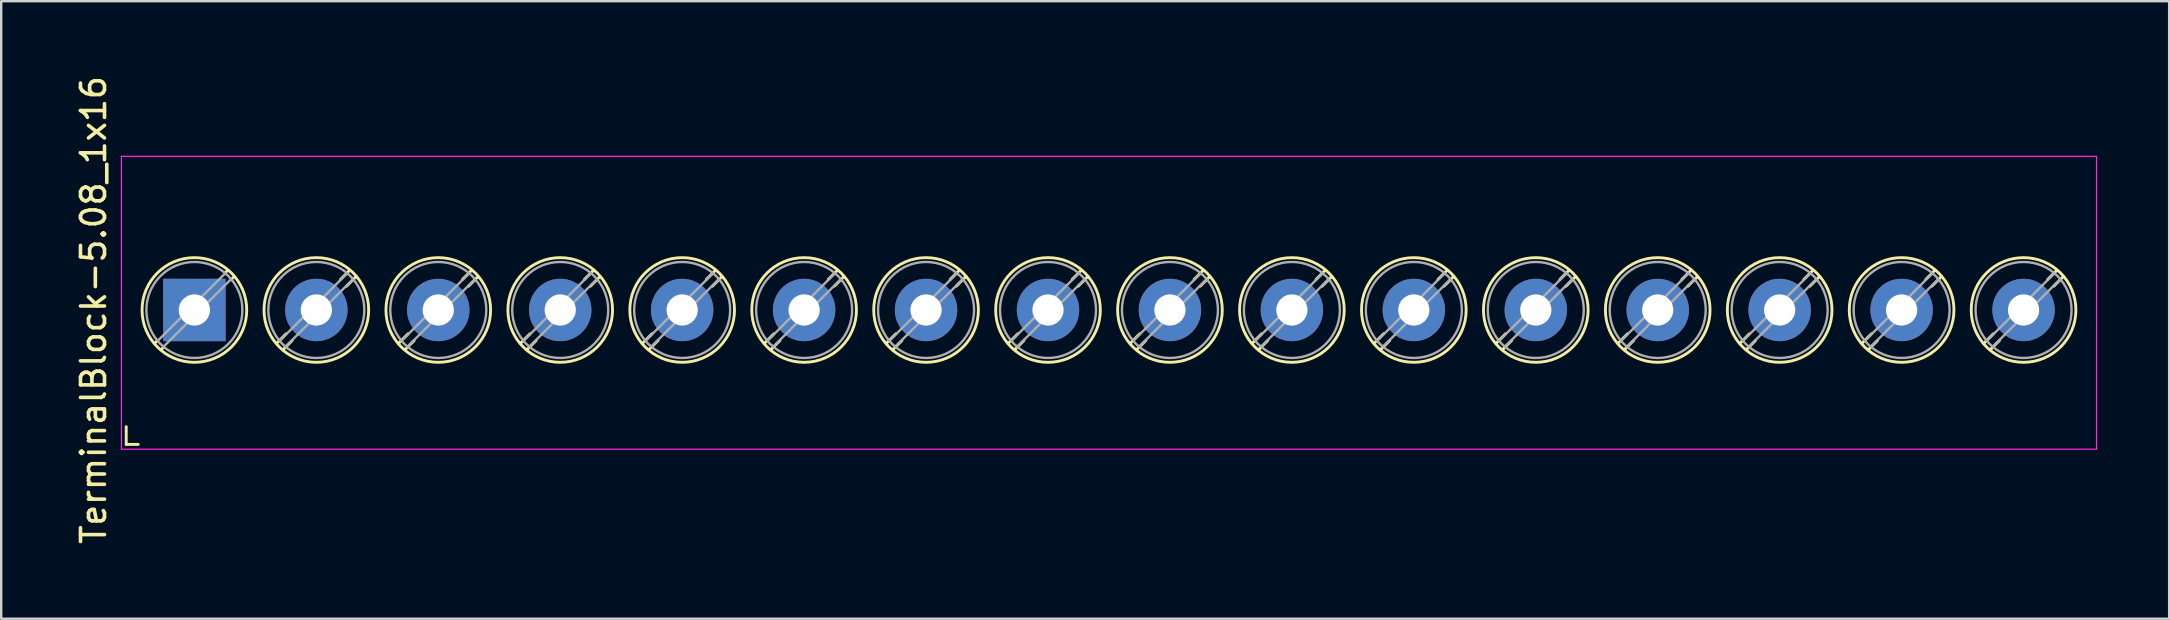
<source format=kicad_pcb>
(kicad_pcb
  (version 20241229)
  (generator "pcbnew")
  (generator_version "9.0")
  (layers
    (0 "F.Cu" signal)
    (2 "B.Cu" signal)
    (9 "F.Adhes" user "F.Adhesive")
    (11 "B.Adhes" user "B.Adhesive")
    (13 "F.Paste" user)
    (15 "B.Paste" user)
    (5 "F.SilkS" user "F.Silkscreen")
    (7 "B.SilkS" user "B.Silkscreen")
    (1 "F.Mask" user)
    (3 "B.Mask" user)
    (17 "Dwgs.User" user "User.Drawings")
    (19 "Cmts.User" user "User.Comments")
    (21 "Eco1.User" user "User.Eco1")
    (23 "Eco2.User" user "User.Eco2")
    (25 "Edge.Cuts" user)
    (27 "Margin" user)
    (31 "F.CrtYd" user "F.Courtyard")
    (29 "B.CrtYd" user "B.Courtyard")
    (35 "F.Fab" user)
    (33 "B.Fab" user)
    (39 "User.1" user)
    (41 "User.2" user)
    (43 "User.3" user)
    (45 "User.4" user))
  (footprint "TerminalBlock-5.08_1x16"
    (layer "F.Cu")
    (at 5.048 9.863)
    (property "Reference" "TerminalBlock-5.08_1x16" (at -4.2 0 90) (layer "F.SilkS") (effects (font (size 1 1) (thickness 0.15))))
    (attr through_hole)
    (fp_line (start -2.84 4.86) (end -2.84 5.6) (stroke (width 0.12) (type solid)) (layer "F.SilkS"))
    (fp_line (start -2.84 5.6) (end -2.34 5.6) (stroke (width 0.12) (type solid)) (layer "F.SilkS"))
    (fp_line (start -1.548 1.281) (end -1.654 1.388) (stroke (width 0.12) (type solid)) (layer "F.SilkS"))
    (fp_line (start -1.282 1.547) (end -1.388 1.654) (stroke (width 0.12) (type solid)) (layer "F.SilkS"))
    (fp_line (start 1.388 -1.654) (end 1.281 -1.547) (stroke (width 0.12) (type solid)) (layer "F.SilkS"))
    (fp_line (start 1.654 -1.388) (end 1.547 -1.281) (stroke (width 0.12) (type solid)) (layer "F.SilkS"))
    (fp_line (start 3.822 0.992) (end 3.427 1.388) (stroke (width 0.12) (type solid)) (layer "F.SilkS"))
    (fp_line (start 4.073 1.274) (end 3.693 1.654) (stroke (width 0.12) (type solid)) (layer "F.SilkS"))
    (fp_line (start 6.468 -1.654) (end 6.088 -1.274) (stroke (width 0.12) (type solid)) (layer "F.SilkS"))
    (fp_line (start 6.734 -1.388) (end 6.339 -0.992) (stroke (width 0.12) (type solid)) (layer "F.SilkS"))
    (fp_line (start 8.902 0.992) (end 8.507 1.388) (stroke (width 0.12) (type solid)) (layer "F.SilkS"))
    (fp_line (start 9.153 1.274) (end 8.773 1.654) (stroke (width 0.12) (type solid)) (layer "F.SilkS"))
    (fp_line (start 11.548 -1.654) (end 11.168 -1.274) (stroke (width 0.12) (type solid)) (layer "F.SilkS"))
    (fp_line (start 11.814 -1.388) (end 11.419 -0.992) (stroke (width 0.12) (type solid)) (layer "F.SilkS"))
    (fp_line (start 13.982 0.992) (end 13.587 1.388) (stroke (width 0.12) (type solid)) (layer "F.SilkS"))
    (fp_line (start 14.233 1.274) (end 13.853 1.654) (stroke (width 0.12) (type solid)) (layer "F.SilkS"))
    (fp_line (start 16.628 -1.654) (end 16.248 -1.274) (stroke (width 0.12) (type solid)) (layer "F.SilkS"))
    (fp_line (start 16.894 -1.388) (end 16.499 -0.992) (stroke (width 0.12) (type solid)) (layer "F.SilkS"))
    (fp_line (start 19.062 0.992) (end 18.667 1.388) (stroke (width 0.12) (type solid)) (layer "F.SilkS"))
    (fp_line (start 19.313 1.274) (end 18.933 1.654) (stroke (width 0.12) (type solid)) (layer "F.SilkS"))
    (fp_line (start 21.708 -1.654) (end 21.328 -1.274) (stroke (width 0.12) (type solid)) (layer "F.SilkS"))
    (fp_line (start 21.974 -1.388) (end 21.579 -0.992) (stroke (width 0.12) (type solid)) (layer "F.SilkS"))
    (fp_line (start 24.142 0.992) (end 23.747 1.388) (stroke (width 0.12) (type solid)) (layer "F.SilkS"))
    (fp_line (start 24.393 1.274) (end 24.013 1.654) (stroke (width 0.12) (type solid)) (layer "F.SilkS"))
    (fp_line (start 26.788 -1.654) (end 26.408 -1.274) (stroke (width 0.12) (type solid)) (layer "F.SilkS"))
    (fp_line (start 27.054 -1.388) (end 26.659 -0.992) (stroke (width 0.12) (type solid)) (layer "F.SilkS"))
    (fp_line (start 29.222 0.992) (end 28.827 1.388) (stroke (width 0.12) (type solid)) (layer "F.SilkS"))
    (fp_line (start 29.473 1.274) (end 29.093 1.654) (stroke (width 0.12) (type solid)) (layer "F.SilkS"))
    (fp_line (start 31.868 -1.654) (end 31.488 -1.274) (stroke (width 0.12) (type solid)) (layer "F.SilkS"))
    (fp_line (start 32.134 -1.388) (end 31.739 -0.992) (stroke (width 0.12) (type solid)) (layer "F.SilkS"))
    (fp_line (start 34.302 0.992) (end 33.907 1.388) (stroke (width 0.12) (type solid)) (layer "F.SilkS"))
    (fp_line (start 34.553 1.274) (end 34.173 1.654) (stroke (width 0.12) (type solid)) (layer "F.SilkS"))
    (fp_line (start 36.948 -1.654) (end 36.568 -1.274) (stroke (width 0.12) (type solid)) (layer "F.SilkS"))
    (fp_line (start 37.214 -1.388) (end 36.819 -0.992) (stroke (width 0.12) (type solid)) (layer "F.SilkS"))
    (fp_line (start 39.382 0.992) (end 38.987 1.388) (stroke (width 0.12) (type solid)) (layer "F.SilkS"))
    (fp_line (start 39.633 1.274) (end 39.253 1.654) (stroke (width 0.12) (type solid)) (layer "F.SilkS"))
    (fp_line (start 42.028 -1.654) (end 41.648 -1.274) (stroke (width 0.12) (type solid)) (layer "F.SilkS"))
    (fp_line (start 42.294 -1.388) (end 41.899 -0.992) (stroke (width 0.12) (type solid)) (layer "F.SilkS"))
    (fp_line (start 44.462 0.992) (end 44.067 1.388) (stroke (width 0.12) (type solid)) (layer "F.SilkS"))
    (fp_line (start 44.713 1.274) (end 44.333 1.654) (stroke (width 0.12) (type solid)) (layer "F.SilkS"))
    (fp_line (start 47.108 -1.654) (end 46.728 -1.274) (stroke (width 0.12) (type solid)) (layer "F.SilkS"))
    (fp_line (start 47.374 -1.388) (end 46.979 -0.992) (stroke (width 0.12) (type solid)) (layer "F.SilkS"))
    (fp_line (start 49.542 0.992) (end 49.147 1.388) (stroke (width 0.12) (type solid)) (layer "F.SilkS"))
    (fp_line (start 49.793 1.274) (end 49.413 1.654) (stroke (width 0.12) (type solid)) (layer "F.SilkS"))
    (fp_line (start 52.188 -1.654) (end 51.808 -1.274) (stroke (width 0.12) (type solid)) (layer "F.SilkS"))
    (fp_line (start 52.454 -1.388) (end 52.059 -0.992) (stroke (width 0.12) (type solid)) (layer "F.SilkS"))
    (fp_line (start 54.622 0.992) (end 54.227 1.388) (stroke (width 0.12) (type solid)) (layer "F.SilkS"))
    (fp_line (start 54.873 1.274) (end 54.493 1.654) (stroke (width 0.12) (type solid)) (layer "F.SilkS"))
    (fp_line (start 57.268 -1.654) (end 56.888 -1.274) (stroke (width 0.12) (type solid)) (layer "F.SilkS"))
    (fp_line (start 57.534 -1.388) (end 57.139 -0.992) (stroke (width 0.12) (type solid)) (layer "F.SilkS"))
    (fp_line (start 59.702 0.992) (end 59.307 1.388) (stroke (width 0.12) (type solid)) (layer "F.SilkS"))
    (fp_line (start 59.953 1.274) (end 59.573 1.654) (stroke (width 0.12) (type solid)) (layer "F.SilkS"))
    (fp_line (start 62.348 -1.654) (end 61.968 -1.274) (stroke (width 0.12) (type solid)) (layer "F.SilkS"))
    (fp_line (start 62.614 -1.388) (end 62.219 -0.992) (stroke (width 0.12) (type solid)) (layer "F.SilkS"))
    (fp_line (start 64.782 0.992) (end 64.387 1.388) (stroke (width 0.12) (type solid)) (layer "F.SilkS"))
    (fp_line (start 65.033 1.274) (end 64.653 1.654) (stroke (width 0.12) (type solid)) (layer "F.SilkS"))
    (fp_line (start 67.428 -1.654) (end 67.048 -1.274) (stroke (width 0.12) (type solid)) (layer "F.SilkS"))
    (fp_line (start 67.694 -1.388) (end 67.299 -0.992) (stroke (width 0.12) (type solid)) (layer "F.SilkS"))
    (fp_line (start 69.862 0.992) (end 69.467 1.388) (stroke (width 0.12) (type solid)) (layer "F.SilkS"))
    (fp_line (start 70.113 1.274) (end 69.733 1.654) (stroke (width 0.12) (type solid)) (layer "F.SilkS"))
    (fp_line (start 72.508 -1.654) (end 72.128 -1.274) (stroke (width 0.12) (type solid)) (layer "F.SilkS"))
    (fp_line (start 72.774 -1.388) (end 72.379 -0.992) (stroke (width 0.12) (type solid)) (layer "F.SilkS"))
    (fp_line (start 74.942 0.992) (end 74.547 1.388) (stroke (width 0.12) (type solid)) (layer "F.SilkS"))
    (fp_line (start 75.193 1.274) (end 74.813 1.654) (stroke (width 0.12) (type solid)) (layer "F.SilkS"))
    (fp_line (start 77.588 -1.654) (end 77.208 -1.274) (stroke (width 0.12) (type solid)) (layer "F.SilkS"))
    (fp_line (start 77.854 -1.388) (end 77.459 -0.992) (stroke (width 0.12) (type solid)) (layer "F.SilkS"))
    (fp_circle (center 0 0) (end 2.18 0) (stroke (width 0.12) (type solid)) (fill no) (layer "F.SilkS"))
    (fp_circle (center 5.08 0) (end 7.26 0) (stroke (width 0.12) (type solid)) (fill no) (layer "F.SilkS"))
    (fp_circle (center 10.16 0) (end 12.34 0) (stroke (width 0.12) (type solid)) (fill no) (layer "F.SilkS"))
    (fp_circle (center 15.24 0) (end 17.42 0) (stroke (width 0.12) (type solid)) (fill no) (layer "F.SilkS"))
    (fp_circle (center 20.32 0) (end 22.5 0) (stroke (width 0.12) (type solid)) (fill no) (layer "F.SilkS"))
    (fp_circle (center 25.4 0) (end 27.58 0) (stroke (width 0.12) (type solid)) (fill no) (layer "F.SilkS"))
    (fp_circle (center 30.48 0) (end 32.66 0) (stroke (width 0.12) (type solid)) (fill no) (layer "F.SilkS"))
    (fp_circle (center 35.56 0) (end 37.74 0) (stroke (width 0.12) (type solid)) (fill no) (layer "F.SilkS"))
    (fp_circle (center 40.64 0) (end 42.82 0) (stroke (width 0.12) (type solid)) (fill no) (layer "F.SilkS"))
    (fp_circle (center 45.72 0) (end 47.9 0) (stroke (width 0.12) (type solid)) (fill no) (layer "F.SilkS"))
    (fp_circle (center 50.8 0) (end 52.98 0) (stroke (width 0.12) (type solid)) (fill no) (layer "F.SilkS"))
    (fp_circle (center 55.88 0) (end 58.06 0) (stroke (width 0.12) (type solid)) (fill no) (layer "F.SilkS"))
    (fp_circle (center 60.96 0) (end 63.14 0) (stroke (width 0.12) (type solid)) (fill no) (layer "F.SilkS"))
    (fp_circle (center 66.04 0) (end 68.22 0) (stroke (width 0.12) (type solid)) (fill no) (layer "F.SilkS"))
    (fp_circle (center 71.12 0) (end 73.3 0) (stroke (width 0.12) (type solid)) (fill no) (layer "F.SilkS"))
    (fp_circle (center 76.2 0) (end 78.38 0) (stroke (width 0.12) (type solid)) (fill no) (layer "F.SilkS"))
    (fp_line (start -3.04 -6.4) (end -3.04 5.8) (stroke (width 0.05) (type solid)) (layer "F.CrtYd"))
    (fp_line (start -3.04 5.8) (end 79.24 5.8) (stroke (width 0.05) (type solid)) (layer "F.CrtYd"))
    (fp_line (start 79.24 -6.4) (end -3.04 -6.4) (stroke (width 0.05) (type solid)) (layer "F.CrtYd"))
    (fp_line (start 79.24 5.8) (end 79.24 -6.4) (stroke (width 0.05) (type solid)) (layer "F.CrtYd"))
    (fp_line (start 1.273 -1.517) (end -1.517 1.273) (stroke (width 0.1) (type solid)) (layer "F.Fab"))
    (fp_line (start 1.517 -1.273) (end -1.273 1.517) (stroke (width 0.1) (type solid)) (layer "F.Fab"))
    (fp_line (start 6.353 -1.517) (end 3.564 1.273) (stroke (width 0.1) (type solid)) (layer "F.Fab"))
    (fp_line (start 6.597 -1.273) (end 3.808 1.517) (stroke (width 0.1) (type solid)) (layer "F.Fab"))
    (fp_line (start 11.433 -1.517) (end 8.644 1.273) (stroke (width 0.1) (type solid)) (layer "F.Fab"))
    (fp_line (start 11.677 -1.273) (end 8.888 1.517) (stroke (width 0.1) (type solid)) (layer "F.Fab"))
    (fp_line (start 16.513 -1.517) (end 13.724 1.273) (stroke (width 0.1) (type solid)) (layer "F.Fab"))
    (fp_line (start 16.757 -1.273) (end 13.968 1.517) (stroke (width 0.1) (type solid)) (layer "F.Fab"))
    (fp_line (start 21.593 -1.517) (end 18.804 1.273) (stroke (width 0.1) (type solid)) (layer "F.Fab"))
    (fp_line (start 21.837 -1.273) (end 19.048 1.517) (stroke (width 0.1) (type solid)) (layer "F.Fab"))
    (fp_line (start 26.673 -1.517) (end 23.884 1.273) (stroke (width 0.1) (type solid)) (layer "F.Fab"))
    (fp_line (start 26.917 -1.273) (end 24.128 1.517) (stroke (width 0.1) (type solid)) (layer "F.Fab"))
    (fp_line (start 31.753 -1.517) (end 28.964 1.273) (stroke (width 0.1) (type solid)) (layer "F.Fab"))
    (fp_line (start 31.997 -1.273) (end 29.208 1.517) (stroke (width 0.1) (type solid)) (layer "F.Fab"))
    (fp_line (start 36.833 -1.517) (end 34.044 1.273) (stroke (width 0.1) (type solid)) (layer "F.Fab"))
    (fp_line (start 37.077 -1.273) (end 34.288 1.517) (stroke (width 0.1) (type solid)) (layer "F.Fab"))
    (fp_line (start 41.913 -1.517) (end 39.124 1.273) (stroke (width 0.1) (type solid)) (layer "F.Fab"))
    (fp_line (start 42.157 -1.273) (end 39.368 1.517) (stroke (width 0.1) (type solid)) (layer "F.Fab"))
    (fp_line (start 46.993 -1.517) (end 44.204 1.273) (stroke (width 0.1) (type solid)) (layer "F.Fab"))
    (fp_line (start 47.237 -1.273) (end 44.448 1.517) (stroke (width 0.1) (type solid)) (layer "F.Fab"))
    (fp_line (start 52.073 -1.517) (end 49.284 1.273) (stroke (width 0.1) (type solid)) (layer "F.Fab"))
    (fp_line (start 52.317 -1.273) (end 49.528 1.517) (stroke (width 0.1) (type solid)) (layer "F.Fab"))
    (fp_line (start 57.153 -1.517) (end 54.364 1.273) (stroke (width 0.1) (type solid)) (layer "F.Fab"))
    (fp_line (start 57.397 -1.273) (end 54.608 1.517) (stroke (width 0.1) (type solid)) (layer "F.Fab"))
    (fp_line (start 62.233 -1.517) (end 59.444 1.273) (stroke (width 0.1) (type solid)) (layer "F.Fab"))
    (fp_line (start 62.477 -1.273) (end 59.688 1.517) (stroke (width 0.1) (type solid)) (layer "F.Fab"))
    (fp_line (start 67.313 -1.517) (end 64.524 1.273) (stroke (width 0.1) (type solid)) (layer "F.Fab"))
    (fp_line (start 67.557 -1.273) (end 64.768 1.517) (stroke (width 0.1) (type solid)) (layer "F.Fab"))
    (fp_line (start 72.393 -1.517) (end 69.604 1.273) (stroke (width 0.1) (type solid)) (layer "F.Fab"))
    (fp_line (start 72.637 -1.273) (end 69.848 1.517) (stroke (width 0.1) (type solid)) (layer "F.Fab"))
    (fp_line (start 77.473 -1.517) (end 74.684 1.273) (stroke (width 0.1) (type solid)) (layer "F.Fab"))
    (fp_line (start 77.717 -1.273) (end 74.928 1.517) (stroke (width 0.1) (type solid)) (layer "F.Fab"))
    (fp_circle (center 0 0) (end 2 0) (stroke (width 0.1) (type solid)) (fill no) (layer "F.Fab"))
    (fp_circle (center 5.08 0) (end 7.08 0) (stroke (width 0.1) (type solid)) (fill no) (layer "F.Fab"))
    (fp_circle (center 10.16 0) (end 12.16 0) (stroke (width 0.1) (type solid)) (fill no) (layer "F.Fab"))
    (fp_circle (center 15.24 0) (end 17.24 0) (stroke (width 0.1) (type solid)) (fill no) (layer "F.Fab"))
    (fp_circle (center 20.32 0) (end 22.32 0) (stroke (width 0.1) (type solid)) (fill no) (layer "F.Fab"))
    (fp_circle (center 25.4 0) (end 27.4 0) (stroke (width 0.1) (type solid)) (fill no) (layer "F.Fab"))
    (fp_circle (center 30.48 0) (end 32.48 0) (stroke (width 0.1) (type solid)) (fill no) (layer "F.Fab"))
    (fp_circle (center 35.56 0) (end 37.56 0) (stroke (width 0.1) (type solid)) (fill no) (layer "F.Fab"))
    (fp_circle (center 40.64 0) (end 42.64 0) (stroke (width 0.1) (type solid)) (fill no) (layer "F.Fab"))
    (fp_circle (center 45.72 0) (end 47.72 0) (stroke (width 0.1) (type solid)) (fill no) (layer "F.Fab"))
    (fp_circle (center 50.8 0) (end 52.8 0) (stroke (width 0.1) (type solid)) (fill no) (layer "F.Fab"))
    (fp_circle (center 55.88 0) (end 57.88 0) (stroke (width 0.1) (type solid)) (fill no) (layer "F.Fab"))
    (fp_circle (center 60.96 0) (end 62.96 0) (stroke (width 0.1) (type solid)) (fill no) (layer "F.Fab"))
    (fp_circle (center 66.04 0) (end 68.04 0) (stroke (width 0.1) (type solid)) (fill no) (layer "F.Fab"))
    (fp_circle (center 71.12 0) (end 73.12 0) (stroke (width 0.1) (type solid)) (fill no) (layer "F.Fab"))
    (fp_circle (center 76.2 0) (end 78.2 0) (stroke (width 0.1) (type solid)) (fill no) (layer "F.Fab"))
    (pad "1" thru_hole rect (at 0 0) (size 2.6 2.6) (drill 1.3) (layers "*.Cu" "*.Mask"))
    (pad "2" thru_hole circle (at 5.08 0) (size 2.6 2.6) (drill 1.3) (layers "*.Cu" "*.Mask"))
    (pad "3" thru_hole circle (at 10.16 0) (size 2.6 2.6) (drill 1.3) (layers "*.Cu" "*.Mask"))
    (pad "4" thru_hole circle (at 15.24 0) (size 2.6 2.6) (drill 1.3) (layers "*.Cu" "*.Mask"))
    (pad "5" thru_hole circle (at 20.32 0) (size 2.6 2.6) (drill 1.3) (layers "*.Cu" "*.Mask"))
    (pad "6" thru_hole circle (at 25.4 0) (size 2.6 2.6) (drill 1.3) (layers "*.Cu" "*.Mask"))
    (pad "7" thru_hole circle (at 30.48 0) (size 2.6 2.6) (drill 1.3) (layers "*.Cu" "*.Mask"))
    (pad "8" thru_hole circle (at 35.56 0) (size 2.6 2.6) (drill 1.3) (layers "*.Cu" "*.Mask"))
    (pad "9" thru_hole circle (at 40.64 0) (size 2.6 2.6) (drill 1.3) (layers "*.Cu" "*.Mask"))
    (pad "10" thru_hole circle (at 45.72 0) (size 2.6 2.6) (drill 1.3) (layers "*.Cu" "*.Mask"))
    (pad "11" thru_hole circle (at 50.8 0) (size 2.6 2.6) (drill 1.3) (layers "*.Cu" "*.Mask"))
    (pad "12" thru_hole circle (at 55.88 0) (size 2.6 2.6) (drill 1.3) (layers "*.Cu" "*.Mask"))
    (pad "13" thru_hole circle (at 60.96 0) (size 2.6 2.6) (drill 1.3) (layers "*.Cu" "*.Mask"))
    (pad "14" thru_hole circle (at 66.04 0) (size 2.6 2.6) (drill 1.3) (layers "*.Cu" "*.Mask"))
    (pad "15" thru_hole circle (at 71.12 0) (size 2.6 2.6) (drill 1.3) (layers "*.Cu" "*.Mask"))
    (pad "16" thru_hole circle (at 76.2 0) (size 2.6 2.6) (drill 1.3) (layers "*.Cu" "*.Mask")))
  (gr_rect
    (start -3 -3)
    (end 87.313 22.726)
    (stroke (width 0.1) (type default))
    (fill no)
    (layer "Edge.Cuts")))
</source>
